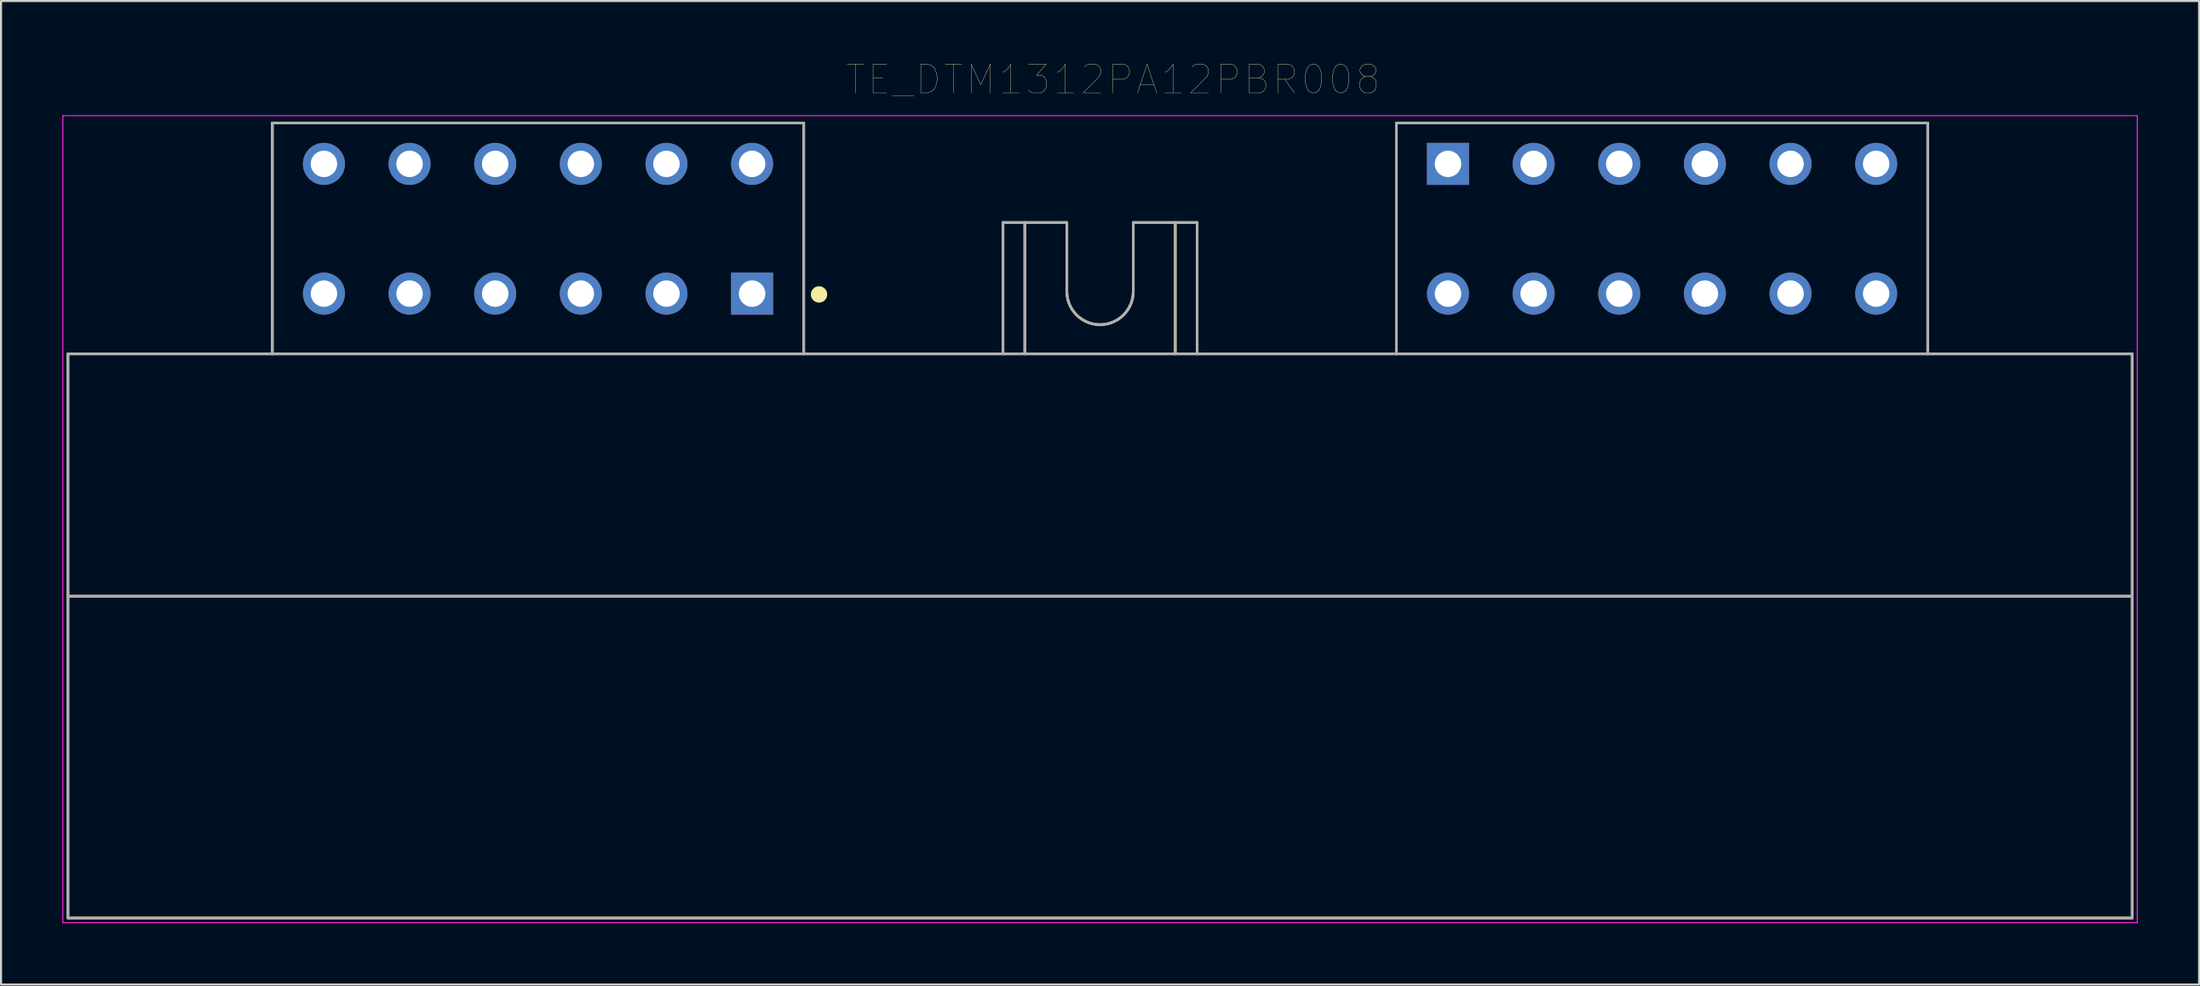
<source format=kicad_pcb>
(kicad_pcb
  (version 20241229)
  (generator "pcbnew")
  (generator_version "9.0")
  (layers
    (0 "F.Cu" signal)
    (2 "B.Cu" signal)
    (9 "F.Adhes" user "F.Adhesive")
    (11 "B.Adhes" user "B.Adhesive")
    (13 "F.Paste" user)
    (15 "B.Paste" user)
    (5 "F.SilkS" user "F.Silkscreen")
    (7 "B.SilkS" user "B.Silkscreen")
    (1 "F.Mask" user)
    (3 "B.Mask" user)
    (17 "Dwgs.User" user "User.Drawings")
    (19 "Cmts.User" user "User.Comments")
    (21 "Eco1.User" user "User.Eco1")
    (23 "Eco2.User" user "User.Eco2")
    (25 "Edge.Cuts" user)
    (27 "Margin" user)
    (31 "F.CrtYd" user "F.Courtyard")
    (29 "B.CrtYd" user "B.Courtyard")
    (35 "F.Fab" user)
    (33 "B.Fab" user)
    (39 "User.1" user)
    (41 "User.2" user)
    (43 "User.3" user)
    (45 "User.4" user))
  (footprint "TE_DTM1312PA12PBR008"
    (layer "F.Cu")
    (at 50.775 9.361)
    (property "Reference" "TE_DTM1312PA12PBR008" (at 0.635 -8.515 0) (layer "F.SilkS") (effects (font (size 1.401 1.401) (thickness 0.015))))
    (attr through_hole)
    (fp_line (start -50.5 4.91) (end -40.5 4.91) (stroke (width 0.127) (type solid)) (layer "F.SilkS"))
    (fp_line (start -50.5 16.77) (end -50.5 4.91) (stroke (width 0.127) (type solid)) (layer "F.SilkS"))
    (fp_line (start -50.5 16.77) (end -50.5 32.52) (stroke (width 0.127) (type solid)) (layer "F.SilkS"))
    (fp_line (start -50.5 32.52) (end 50.5 32.52) (stroke (width 0.127) (type solid)) (layer "F.SilkS"))
    (fp_line (start -40.5 -6.39) (end -14.5 -6.39) (stroke (width 0.127) (type solid)) (layer "F.SilkS"))
    (fp_line (start -40.5 4.91) (end -40.5 -6.39) (stroke (width 0.127) (type solid)) (layer "F.SilkS"))
    (fp_line (start -40.5 4.91) (end -14.5 4.91) (stroke (width 0.127) (type solid)) (layer "F.SilkS"))
    (fp_line (start -14.5 -6.39) (end -14.5 4.91) (stroke (width 0.127) (type solid)) (layer "F.SilkS"))
    (fp_line (start -14.5 4.91) (end -4.75 4.91) (stroke (width 0.127) (type solid)) (layer "F.SilkS"))
    (fp_line (start -4.75 -1.52) (end -3.68 -1.52) (stroke (width 0.127) (type solid)) (layer "F.SilkS"))
    (fp_line (start -4.75 4.91) (end -4.75 -1.52) (stroke (width 0.127) (type solid)) (layer "F.SilkS"))
    (fp_line (start -4.75 4.91) (end -3.68 4.91) (stroke (width 0.127) (type solid)) (layer "F.SilkS"))
    (fp_line (start -3.68 -1.52) (end -1.625 -1.52) (stroke (width 0.127) (type solid)) (layer "F.SilkS"))
    (fp_line (start -3.68 4.91) (end -3.68 -1.52) (stroke (width 0.127) (type solid)) (layer "F.SilkS"))
    (fp_line (start -3.68 4.91) (end 3.68 4.91) (stroke (width 0.127) (type solid)) (layer "F.SilkS"))
    (fp_line (start -1.625 -1.52) (end -1.625 1.855) (stroke (width 0.127) (type solid)) (layer "F.SilkS"))
    (fp_line (start 1.625 -1.52) (end 3.68 -1.52) (stroke (width 0.127) (type solid)) (layer "F.SilkS"))
    (fp_line (start 1.625 1.855) (end 1.625 -1.52) (stroke (width 0.127) (type solid)) (layer "F.SilkS"))
    (fp_line (start 3.68 -1.52) (end 4.75 -1.52) (stroke (width 0.127) (type solid)) (layer "F.SilkS"))
    (fp_line (start 3.68 4.91) (end 3.68 -1.52) (stroke (width 0.127) (type solid)) (layer "F.SilkS"))
    (fp_line (start 3.68 4.91) (end 4.75 4.91) (stroke (width 0.127) (type solid)) (layer "F.SilkS"))
    (fp_line (start 4.75 -1.52) (end 4.75 4.91) (stroke (width 0.127) (type solid)) (layer "F.SilkS"))
    (fp_line (start 4.75 4.91) (end 14.5 4.91) (stroke (width 0.127) (type solid)) (layer "F.SilkS"))
    (fp_line (start 14.5 -6.39) (end 40.5 -6.39) (stroke (width 0.127) (type solid)) (layer "F.SilkS"))
    (fp_line (start 14.5 4.91) (end 14.5 -6.39) (stroke (width 0.127) (type solid)) (layer "F.SilkS"))
    (fp_line (start 14.5 4.91) (end 40.5 4.91) (stroke (width 0.127) (type solid)) (layer "F.SilkS"))
    (fp_line (start 40.5 -6.39) (end 40.5 4.91) (stroke (width 0.127) (type solid)) (layer "F.SilkS"))
    (fp_line (start 40.5 4.91) (end 50.5 4.91) (stroke (width 0.127) (type solid)) (layer "F.SilkS"))
    (fp_line (start 50.5 4.91) (end 50.5 16.77) (stroke (width 0.127) (type solid)) (layer "F.SilkS"))
    (fp_line (start 50.5 16.77) (end -50.5 16.77) (stroke (width 0.127) (type solid)) (layer "F.SilkS"))
    (fp_line (start 50.5 32.52) (end 50.5 16.77) (stroke (width 0.127) (type solid)) (layer "F.SilkS"))
    (fp_arc (start 0 3.48) (mid -1.149049 3.004049) (end -1.625 1.855) (stroke (width 0.127) (type solid)) (layer "F.SilkS"))
    (fp_arc (start 1.625 1.855) (mid 1.149049 3.004049) (end 0 3.48) (stroke (width 0.127) (type solid)) (layer "F.SilkS"))
    (fp_circle (center -13.75 2) (end -13.55 2) (stroke (width 0.4) (type solid)) (fill no) (layer "F.SilkS"))
    (fp_line (start -50.75 -6.75) (end -50.75 32.75) (stroke (width 0.05) (type solid)) (layer "F.CrtYd"))
    (fp_line (start -50.75 32.75) (end 50.75 32.75) (stroke (width 0.05) (type solid)) (layer "F.CrtYd"))
    (fp_line (start 50.75 -6.75) (end -50.75 -6.75) (stroke (width 0.05) (type solid)) (layer "F.CrtYd"))
    (fp_line (start 50.75 32.75) (end 50.75 -6.75) (stroke (width 0.05) (type solid)) (layer "F.CrtYd"))
    (fp_line (start -50.5 4.91) (end -40.5 4.91) (stroke (width 0.127) (type solid)) (layer "F.Fab"))
    (fp_line (start -50.5 16.77) (end -50.5 4.91) (stroke (width 0.127) (type solid)) (layer "F.Fab"))
    (fp_line (start -50.5 16.77) (end -50.5 32.52) (stroke (width 0.127) (type solid)) (layer "F.Fab"))
    (fp_line (start -50.5 32.52) (end 50.5 32.52) (stroke (width 0.127) (type solid)) (layer "F.Fab"))
    (fp_line (start -40.5 -6.39) (end -14.5 -6.39) (stroke (width 0.127) (type solid)) (layer "F.Fab"))
    (fp_line (start -40.5 4.91) (end -40.5 -6.39) (stroke (width 0.127) (type solid)) (layer "F.Fab"))
    (fp_line (start -40.5 4.91) (end -14.5 4.91) (stroke (width 0.127) (type solid)) (layer "F.Fab"))
    (fp_line (start -14.5 -6.39) (end -14.5 4.91) (stroke (width 0.127) (type solid)) (layer "F.Fab"))
    (fp_line (start -14.5 4.91) (end -4.75 4.91) (stroke (width 0.127) (type solid)) (layer "F.Fab"))
    (fp_line (start -4.75 -1.52) (end -3.68 -1.52) (stroke (width 0.127) (type solid)) (layer "F.Fab"))
    (fp_line (start -4.75 4.91) (end -4.75 -1.52) (stroke (width 0.127) (type solid)) (layer "F.Fab"))
    (fp_line (start -4.75 4.91) (end -3.68 4.91) (stroke (width 0.127) (type solid)) (layer "F.Fab"))
    (fp_line (start -3.68 -1.52) (end -1.625 -1.52) (stroke (width 0.127) (type solid)) (layer "F.Fab"))
    (fp_line (start -3.68 4.91) (end -3.68 -1.52) (stroke (width 0.127) (type solid)) (layer "F.Fab"))
    (fp_line (start -3.68 4.91) (end 3.68 4.91) (stroke (width 0.127) (type solid)) (layer "F.Fab"))
    (fp_line (start -1.625 -1.52) (end -1.625 1.855) (stroke (width 0.127) (type solid)) (layer "F.Fab"))
    (fp_line (start 1.625 -1.52) (end 3.68 -1.52) (stroke (width 0.127) (type solid)) (layer "F.Fab"))
    (fp_line (start 1.625 1.855) (end 1.625 -1.52) (stroke (width 0.127) (type solid)) (layer "F.Fab"))
    (fp_line (start 3.68 -1.52) (end 4.75 -1.52) (stroke (width 0.127) (type solid)) (layer "F.Fab"))
    (fp_line (start 3.68 4.91) (end 3.68 -1.52) (stroke (width 0.127) (type solid)) (layer "F.Fab"))
    (fp_line (start 3.68 4.91) (end 4.75 4.91) (stroke (width 0.127) (type solid)) (layer "F.Fab"))
    (fp_line (start 4.75 -1.52) (end 4.75 4.91) (stroke (width 0.127) (type solid)) (layer "F.Fab"))
    (fp_line (start 4.75 4.91) (end 14.5 4.91) (stroke (width 0.127) (type solid)) (layer "F.Fab"))
    (fp_line (start 14.5 -6.39) (end 40.5 -6.39) (stroke (width 0.127) (type solid)) (layer "F.Fab"))
    (fp_line (start 14.5 4.91) (end 14.5 -6.39) (stroke (width 0.127) (type solid)) (layer "F.Fab"))
    (fp_line (start 14.5 4.91) (end 40.5 4.91) (stroke (width 0.127) (type solid)) (layer "F.Fab"))
    (fp_line (start 40.5 -6.39) (end 40.5 4.91) (stroke (width 0.127) (type solid)) (layer "F.Fab"))
    (fp_line (start 40.5 4.91) (end 50.5 4.91) (stroke (width 0.127) (type solid)) (layer "F.Fab"))
    (fp_line (start 50.5 4.91) (end 50.5 16.77) (stroke (width 0.127) (type solid)) (layer "F.Fab"))
    (fp_line (start 50.5 16.77) (end -50.5 16.77) (stroke (width 0.127) (type solid)) (layer "F.Fab"))
    (fp_line (start 50.5 32.52) (end 50.5 16.77) (stroke (width 0.127) (type solid)) (layer "F.Fab"))
    (fp_arc (start 0 3.48) (mid -1.149049 3.004049) (end -1.625 1.855) (stroke (width 0.127) (type solid)) (layer "F.Fab"))
    (fp_arc (start 1.625 1.855) (mid 1.149049 3.004049) (end 0 3.48) (stroke (width 0.127) (type solid)) (layer "F.Fab"))
    (fp_circle (center -17 2) (end -16.8 2) (stroke (width 0.4) (type solid)) (fill no) (layer "F.Fab"))
    (pad "A1" thru_hole rect (at -17.025 1.96) (size 2.056 2.056) (drill 1.294) (layers "*.Cu" "*.Mask"))
    (pad "A2" thru_hole circle (at -21.215 1.96) (size 2.056 2.056) (drill 1.294) (layers "*.Cu" "*.Mask"))
    (pad "A3" thru_hole circle (at -25.405 1.96) (size 2.056 2.056) (drill 1.294) (layers "*.Cu" "*.Mask"))
    (pad "A4" thru_hole circle (at -29.595 1.96) (size 2.056 2.056) (drill 1.294) (layers "*.Cu" "*.Mask"))
    (pad "A5" thru_hole circle (at -33.785 1.96) (size 2.056 2.056) (drill 1.294) (layers "*.Cu" "*.Mask"))
    (pad "A6" thru_hole circle (at -37.975 1.96) (size 2.056 2.056) (drill 1.294) (layers "*.Cu" "*.Mask"))
    (pad "A7" thru_hole circle (at -37.975 -4.39) (size 2.056 2.056) (drill 1.294) (layers "*.Cu" "*.Mask"))
    (pad "A8" thru_hole circle (at -33.785 -4.39) (size 2.056 2.056) (drill 1.294) (layers "*.Cu" "*.Mask"))
    (pad "A9" thru_hole circle (at -29.595 -4.39) (size 2.056 2.056) (drill 1.294) (layers "*.Cu" "*.Mask"))
    (pad "A10" thru_hole circle (at -25.405 -4.39) (size 2.056 2.056) (drill 1.294) (layers "*.Cu" "*.Mask"))
    (pad "A11" thru_hole circle (at -21.215 -4.39) (size 2.056 2.056) (drill 1.294) (layers "*.Cu" "*.Mask"))
    (pad "A12" thru_hole circle (at -17.025 -4.39) (size 2.056 2.056) (drill 1.294) (layers "*.Cu" "*.Mask"))
    (pad "B1" thru_hole rect (at 17.025 -4.39) (size 2.056 2.056) (drill 1.294) (layers "*.Cu" "*.Mask"))
    (pad "B2" thru_hole circle (at 21.215 -4.39) (size 2.056 2.056) (drill 1.294) (layers "*.Cu" "*.Mask"))
    (pad "B3" thru_hole circle (at 25.405 -4.39) (size 2.056 2.056) (drill 1.294) (layers "*.Cu" "*.Mask"))
    (pad "B4" thru_hole circle (at 29.595 -4.39) (size 2.056 2.056) (drill 1.294) (layers "*.Cu" "*.Mask"))
    (pad "B5" thru_hole circle (at 33.785 -4.39) (size 2.056 2.056) (drill 1.294) (layers "*.Cu" "*.Mask"))
    (pad "B6" thru_hole circle (at 37.975 -4.39) (size 2.056 2.056) (drill 1.294) (layers "*.Cu" "*.Mask"))
    (pad "B7" thru_hole circle (at 37.975 1.96) (size 2.056 2.056) (drill 1.294) (layers "*.Cu" "*.Mask"))
    (pad "B8" thru_hole circle (at 33.785 1.96) (size 2.056 2.056) (drill 1.294) (layers "*.Cu" "*.Mask"))
    (pad "B9" thru_hole circle (at 29.595 1.96) (size 2.056 2.056) (drill 1.294) (layers "*.Cu" "*.Mask"))
    (pad "B10" thru_hole circle (at 25.405 1.96) (size 2.056 2.056) (drill 1.294) (layers "*.Cu" "*.Mask"))
    (pad "B11" thru_hole circle (at 21.215 1.96) (size 2.056 2.056) (drill 1.294) (layers "*.Cu" "*.Mask"))
    (pad "B12" thru_hole circle (at 17.025 1.96) (size 2.056 2.056) (drill 1.294) (layers "*.Cu" "*.Mask")))
  (gr_rect
    (start -3 -3)
    (end 104.55 45.136)
    (stroke (width 0.1) (type default))
    (fill no)
    (layer "Edge.Cuts")))
</source>
